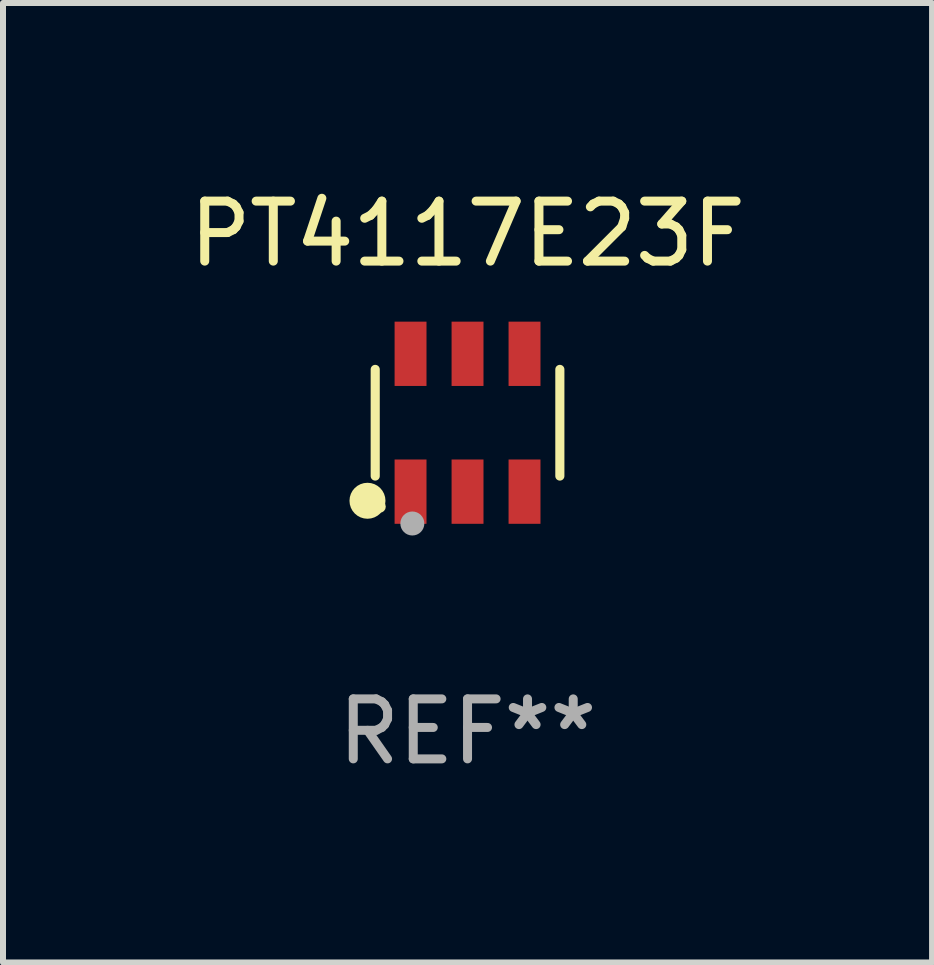
<source format=kicad_pcb>
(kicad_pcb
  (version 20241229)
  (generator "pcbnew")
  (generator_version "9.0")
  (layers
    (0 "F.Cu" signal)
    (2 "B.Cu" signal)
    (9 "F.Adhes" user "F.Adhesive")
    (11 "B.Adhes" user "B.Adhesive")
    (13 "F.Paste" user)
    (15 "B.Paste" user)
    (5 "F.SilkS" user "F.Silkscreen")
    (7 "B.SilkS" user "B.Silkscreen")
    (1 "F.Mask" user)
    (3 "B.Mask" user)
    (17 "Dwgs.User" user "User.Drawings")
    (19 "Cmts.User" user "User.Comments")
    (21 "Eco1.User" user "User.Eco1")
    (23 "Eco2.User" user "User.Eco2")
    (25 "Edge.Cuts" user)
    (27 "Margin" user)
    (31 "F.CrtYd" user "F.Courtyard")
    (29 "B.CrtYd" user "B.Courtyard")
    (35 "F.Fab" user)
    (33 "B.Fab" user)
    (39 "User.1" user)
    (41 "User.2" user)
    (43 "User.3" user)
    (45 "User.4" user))
  (footprint "PT4117E23F"
    (layer "F.Cu")
    (at 4.744 3.997)
    (property "Reference" "PT4117E23F" (at 0 -3.149 0) (layer "F.SilkS") (effects (font (size 1 1) (thickness 0.15))))
    (attr through_hole)
    (fp_line (start -1.539 0.889) (end -1.539 -0.889) (stroke (width 0.152) (type solid)) (layer "F.SilkS"))
    (fp_line (start 1.539 0.889) (end 1.539 -0.889) (stroke (width 0.152) (type solid)) (layer "F.SilkS"))
    (fp_circle (center -1.668 1.301) (end -1.518 1.301) (stroke (width 0.3) (type solid)) (fill no) (layer "F.SilkS"))
    (fp_circle (center -1.463 1.4) (end -1.413 1.4) (stroke (width 0.1) (type solid)) (fill no) (layer "F.SilkS"))
    (fp_circle (center -0.92 1.68) (end -0.82 1.68) (stroke (width 0.2) (type solid)) (fill no) (layer "F.Fab"))
    (fp_text user "REF**" (at 0 5.149 0) (layer "F.Fab") (effects (font (size 1 1) (thickness 0.15))))
    (pad "1" smd rect (at -0.95 1.149) (size 0.532 1.072) (layers "F.Cu" "F.Mask" "F.Paste"))
    (pad "2" smd rect (at 0 1.149) (size 0.532 1.072) (layers "F.Cu" "F.Mask" "F.Paste"))
    (pad "3" smd rect (at 0.95 1.149) (size 0.532 1.072) (layers "F.Cu" "F.Mask" "F.Paste"))
    (pad "4" smd rect (at 0.95 -1.149) (size 0.532 1.072) (layers "F.Cu" "F.Mask" "F.Paste"))
    (pad "5" smd rect (at 0 -1.149) (size 0.532 1.072) (layers "F.Cu" "F.Mask" "F.Paste"))
    (pad "6" smd rect (at -0.95 -1.149) (size 0.532 1.072) (layers "F.Cu" "F.Mask" "F.Paste")))
  (gr_rect
    (start -3 -3)
    (end 12.488 12.995)
    (stroke (width 0.1) (type default))
    (fill no)
    (layer "Edge.Cuts")))
</source>
